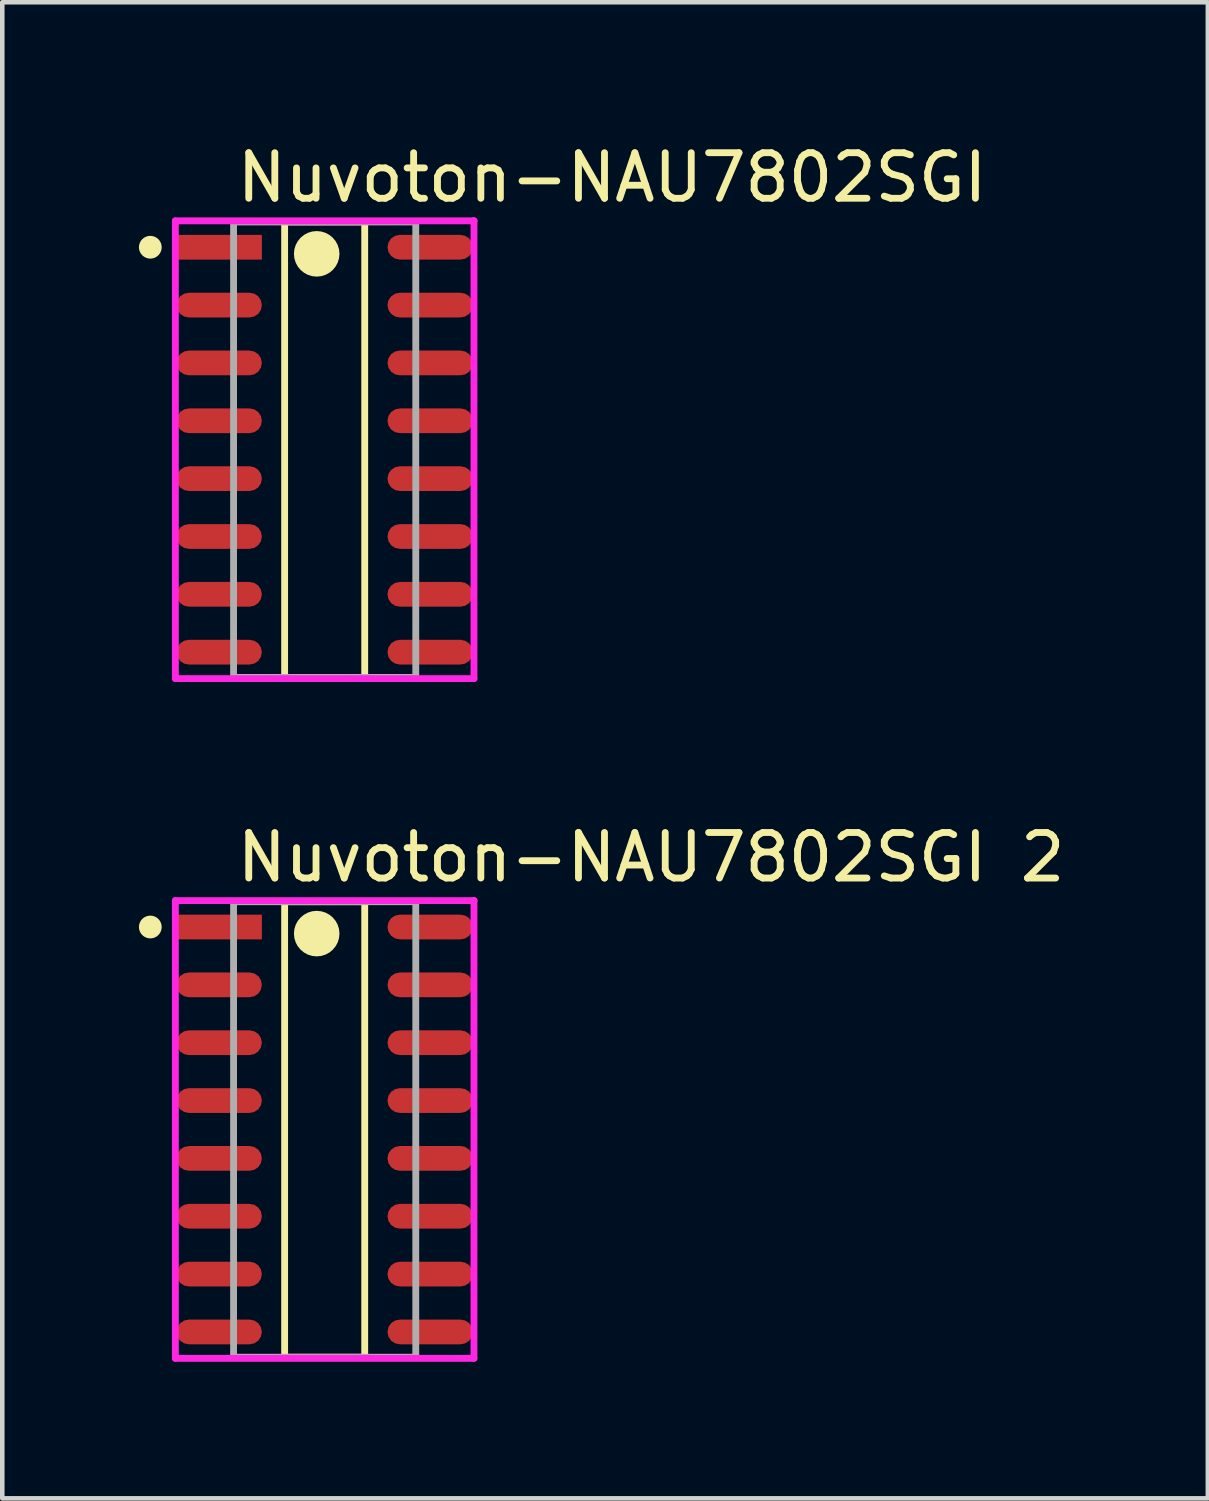
<source format=kicad_pcb>
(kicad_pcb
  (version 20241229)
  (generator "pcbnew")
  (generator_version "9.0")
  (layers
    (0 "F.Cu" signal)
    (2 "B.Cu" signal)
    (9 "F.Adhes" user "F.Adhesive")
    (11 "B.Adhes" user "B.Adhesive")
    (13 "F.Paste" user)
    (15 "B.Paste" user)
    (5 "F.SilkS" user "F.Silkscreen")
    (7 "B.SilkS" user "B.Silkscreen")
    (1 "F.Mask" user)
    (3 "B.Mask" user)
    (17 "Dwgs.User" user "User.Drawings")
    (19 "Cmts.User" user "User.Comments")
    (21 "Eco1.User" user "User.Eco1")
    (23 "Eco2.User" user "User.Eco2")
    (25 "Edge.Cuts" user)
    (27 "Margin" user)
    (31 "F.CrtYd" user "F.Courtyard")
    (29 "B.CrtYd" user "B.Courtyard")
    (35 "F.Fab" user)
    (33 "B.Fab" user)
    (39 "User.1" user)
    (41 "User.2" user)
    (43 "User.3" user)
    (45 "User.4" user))
  (footprint "Nuvoton-NAU7802SGI 2"
    (layer "F.Cu")
    (at 4.078 21.747)
    (property "Reference" "Nuvoton-NAU7802SGI 2" (at -2.003 -5.975 0) (layer "F.SilkS") (effects (font (size 1 1) (thickness 0.15)) (justify left)))
    (attr smd)
    (fp_line (start -0.879 -5) (end 0.879 -5) (stroke (width 0.15) (type solid)) (layer "F.SilkS"))
    (fp_line (start -0.879 5) (end -0.879 -5) (stroke (width 0.15) (type solid)) (layer "F.SilkS"))
    (fp_line (start 0.879 -5) (end 0.879 5) (stroke (width 0.15) (type solid)) (layer "F.SilkS"))
    (fp_line (start 0.879 5) (end -0.879 5) (stroke (width 0.15) (type solid)) (layer "F.SilkS"))
    (fp_circle (center -3.828 -4.445) (end -3.703 -4.445) (stroke (width 0.25) (type solid)) (fill no) (layer "F.SilkS"))
    (fp_circle (center -0.175 -4.3) (end 0.075 -4.3) (stroke (width 0.5) (type solid)) (fill no) (layer "F.SilkS"))
    (fp_line (start -3.278 -5.025) (end -3.278 5.025) (stroke (width 0.15) (type solid)) (layer "F.CrtYd"))
    (fp_line (start -3.278 5.025) (end 3.278 5.025) (stroke (width 0.15) (type solid)) (layer "F.CrtYd"))
    (fp_line (start 3.278 -5.025) (end -3.278 -5.025) (stroke (width 0.15) (type solid)) (layer "F.CrtYd"))
    (fp_line (start 3.278 -5.025) (end 3.278 -5.025) (stroke (width 0.15) (type solid)) (layer "F.CrtYd"))
    (fp_line (start 3.278 5.025) (end 3.278 -5.025) (stroke (width 0.15) (type solid)) (layer "F.CrtYd"))
    (fp_line (start -2 -5) (end 2 -5) (stroke (width 0.15) (type solid)) (layer "F.Fab"))
    (fp_line (start -2 5) (end -2 -5) (stroke (width 0.15) (type solid)) (layer "F.Fab"))
    (fp_line (start 2 -5) (end 2 5) (stroke (width 0.15) (type solid)) (layer "F.Fab"))
    (fp_line (start 2 5) (end -2 5) (stroke (width 0.15) (type solid)) (layer "F.Fab"))
    (pad "1" smd rect (at -2.316 -4.445) (size 1.874 0.543) (layers "F.Cu" "F.Mask" "F.Paste"))
    (pad "2" smd roundrect (at -2.316 -3.175) (size 1.874 0.543) (layers "F.Cu" "F.Mask" "F.Paste") (roundrect_rratio 0.5))
    (pad "3" smd roundrect (at -2.316 -1.905) (size 1.874 0.543) (layers "F.Cu" "F.Mask" "F.Paste") (roundrect_rratio 0.5))
    (pad "4" smd roundrect (at -2.316 -0.635) (size 1.874 0.543) (layers "F.Cu" "F.Mask" "F.Paste") (roundrect_rratio 0.5))
    (pad "5" smd roundrect (at -2.316 0.635) (size 1.874 0.543) (layers "F.Cu" "F.Mask" "F.Paste") (roundrect_rratio 0.5))
    (pad "6" smd roundrect (at -2.316 1.905) (size 1.874 0.543) (layers "F.Cu" "F.Mask" "F.Paste") (roundrect_rratio 0.5))
    (pad "7" smd roundrect (at -2.316 3.175) (size 1.874 0.543) (layers "F.Cu" "F.Mask" "F.Paste") (roundrect_rratio 0.5))
    (pad "8" smd roundrect (at -2.316 4.445) (size 1.874 0.543) (layers "F.Cu" "F.Mask" "F.Paste") (roundrect_rratio 0.5))
    (pad "9" smd roundrect (at 2.316 4.445) (size 1.874 0.543) (layers "F.Cu" "F.Mask" "F.Paste") (roundrect_rratio 0.5))
    (pad "10" smd roundrect (at 2.316 3.175) (size 1.874 0.543) (layers "F.Cu" "F.Mask" "F.Paste") (roundrect_rratio 0.5))
    (pad "11" smd roundrect (at 2.316 1.905) (size 1.874 0.543) (layers "F.Cu" "F.Mask" "F.Paste") (roundrect_rratio 0.5))
    (pad "12" smd roundrect (at 2.316 0.635) (size 1.874 0.543) (layers "F.Cu" "F.Mask" "F.Paste") (roundrect_rratio 0.5))
    (pad "13" smd roundrect (at 2.316 -0.635) (size 1.874 0.543) (layers "F.Cu" "F.Mask" "F.Paste") (roundrect_rratio 0.5))
    (pad "14" smd roundrect (at 2.316 -1.905) (size 1.874 0.543) (layers "F.Cu" "F.Mask" "F.Paste") (roundrect_rratio 0.5))
    (pad "15" smd roundrect (at 2.316 -3.175) (size 1.874 0.543) (layers "F.Cu" "F.Mask" "F.Paste") (roundrect_rratio 0.5))
    (pad "16" smd roundrect (at 2.316 -4.445) (size 1.874 0.543) (layers "F.Cu" "F.Mask" "F.Paste") (roundrect_rratio 0.5)))
  (footprint "Nuvoton-NAU7802SGI"
    (layer "F.Cu")
    (at 4.078 6.823)
    (property "Reference" "Nuvoton-NAU7802SGI" (at -2.003 -5.975 0) (layer "F.SilkS") (effects (font (size 1 1) (thickness 0.15)) (justify left)))
    (attr smd)
    (fp_line (start -0.879 -5) (end 0.879 -5) (stroke (width 0.15) (type solid)) (layer "F.SilkS"))
    (fp_line (start -0.879 5) (end -0.879 -5) (stroke (width 0.15) (type solid)) (layer "F.SilkS"))
    (fp_line (start 0.879 -5) (end 0.879 5) (stroke (width 0.15) (type solid)) (layer "F.SilkS"))
    (fp_line (start 0.879 5) (end -0.879 5) (stroke (width 0.15) (type solid)) (layer "F.SilkS"))
    (fp_circle (center -3.828 -4.445) (end -3.703 -4.445) (stroke (width 0.25) (type solid)) (fill no) (layer "F.SilkS"))
    (fp_circle (center -0.175 -4.3) (end 0.075 -4.3) (stroke (width 0.5) (type solid)) (fill no) (layer "F.SilkS"))
    (fp_line (start -3.278 -5.025) (end -3.278 5.025) (stroke (width 0.15) (type solid)) (layer "F.CrtYd"))
    (fp_line (start -3.278 5.025) (end 3.278 5.025) (stroke (width 0.15) (type solid)) (layer "F.CrtYd"))
    (fp_line (start 3.278 -5.025) (end -3.278 -5.025) (stroke (width 0.15) (type solid)) (layer "F.CrtYd"))
    (fp_line (start 3.278 -5.025) (end 3.278 -5.025) (stroke (width 0.15) (type solid)) (layer "F.CrtYd"))
    (fp_line (start 3.278 5.025) (end 3.278 -5.025) (stroke (width 0.15) (type solid)) (layer "F.CrtYd"))
    (fp_line (start -2 -5) (end 2 -5) (stroke (width 0.15) (type solid)) (layer "F.Fab"))
    (fp_line (start -2 5) (end -2 -5) (stroke (width 0.15) (type solid)) (layer "F.Fab"))
    (fp_line (start 2 -5) (end 2 5) (stroke (width 0.15) (type solid)) (layer "F.Fab"))
    (fp_line (start 2 5) (end -2 5) (stroke (width 0.15) (type solid)) (layer "F.Fab"))
    (pad "1" smd rect (at -2.316 -4.445) (size 1.874 0.543) (layers "F.Cu" "F.Mask" "F.Paste"))
    (pad "2" smd roundrect (at -2.316 -3.175) (size 1.874 0.543) (layers "F.Cu" "F.Mask" "F.Paste") (roundrect_rratio 0.5))
    (pad "3" smd roundrect (at -2.316 -1.905) (size 1.874 0.543) (layers "F.Cu" "F.Mask" "F.Paste") (roundrect_rratio 0.5))
    (pad "4" smd roundrect (at -2.316 -0.635) (size 1.874 0.543) (layers "F.Cu" "F.Mask" "F.Paste") (roundrect_rratio 0.5))
    (pad "5" smd roundrect (at -2.316 0.635) (size 1.874 0.543) (layers "F.Cu" "F.Mask" "F.Paste") (roundrect_rratio 0.5))
    (pad "6" smd roundrect (at -2.316 1.905) (size 1.874 0.543) (layers "F.Cu" "F.Mask" "F.Paste") (roundrect_rratio 0.5))
    (pad "7" smd roundrect (at -2.316 3.175) (size 1.874 0.543) (layers "F.Cu" "F.Mask" "F.Paste") (roundrect_rratio 0.5))
    (pad "8" smd roundrect (at -2.316 4.445) (size 1.874 0.543) (layers "F.Cu" "F.Mask" "F.Paste") (roundrect_rratio 0.5))
    (pad "9" smd roundrect (at 2.316 4.445) (size 1.874 0.543) (layers "F.Cu" "F.Mask" "F.Paste") (roundrect_rratio 0.5))
    (pad "10" smd roundrect (at 2.316 3.175) (size 1.874 0.543) (layers "F.Cu" "F.Mask" "F.Paste") (roundrect_rratio 0.5))
    (pad "11" smd roundrect (at 2.316 1.905) (size 1.874 0.543) (layers "F.Cu" "F.Mask" "F.Paste") (roundrect_rratio 0.5))
    (pad "12" smd roundrect (at 2.316 0.635) (size 1.874 0.543) (layers "F.Cu" "F.Mask" "F.Paste") (roundrect_rratio 0.5))
    (pad "13" smd roundrect (at 2.316 -0.635) (size 1.874 0.543) (layers "F.Cu" "F.Mask" "F.Paste") (roundrect_rratio 0.5))
    (pad "14" smd roundrect (at 2.316 -1.905) (size 1.874 0.543) (layers "F.Cu" "F.Mask" "F.Paste") (roundrect_rratio 0.5))
    (pad "15" smd roundrect (at 2.316 -3.175) (size 1.874 0.543) (layers "F.Cu" "F.Mask" "F.Paste") (roundrect_rratio 0.5))
    (pad "16" smd roundrect (at 2.316 -4.445) (size 1.874 0.543) (layers "F.Cu" "F.Mask" "F.Paste") (roundrect_rratio 0.5)))
  (gr_rect
    (start -3 -3)
    (end 23.468 29.846)
    (stroke (width 0.1) (type default))
    (fill no)
    (layer "Edge.Cuts")))
</source>
